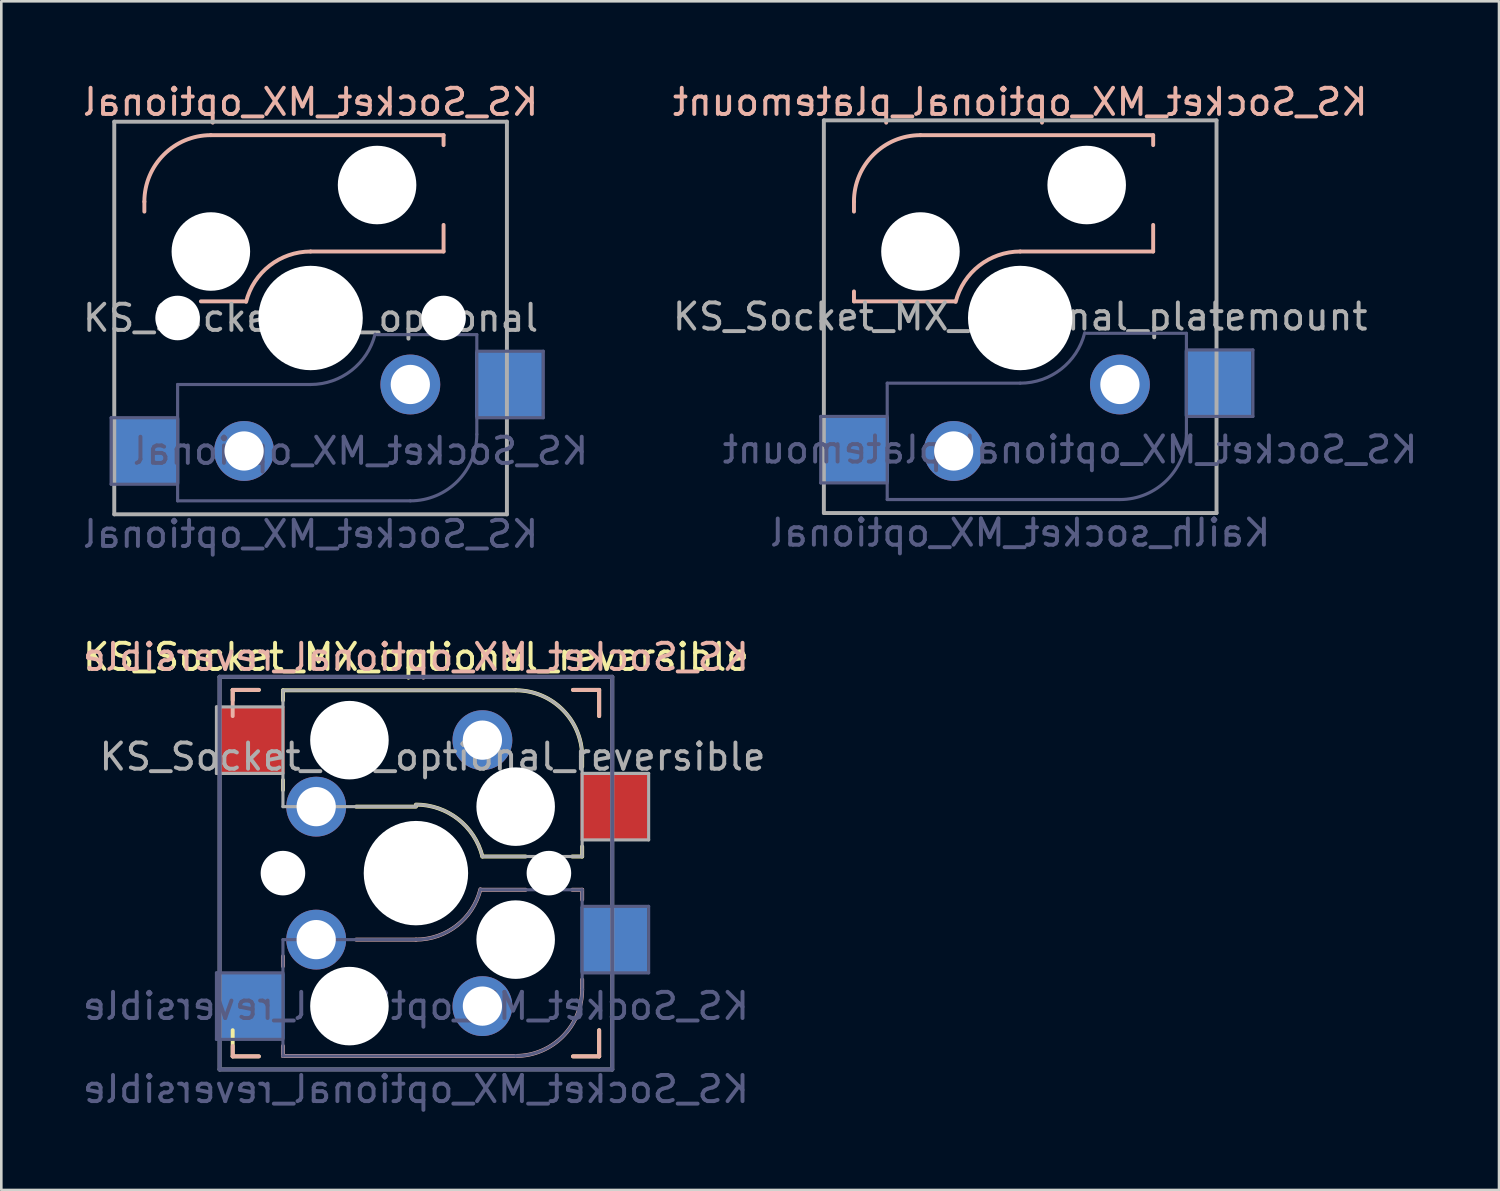
<source format=kicad_pcb>
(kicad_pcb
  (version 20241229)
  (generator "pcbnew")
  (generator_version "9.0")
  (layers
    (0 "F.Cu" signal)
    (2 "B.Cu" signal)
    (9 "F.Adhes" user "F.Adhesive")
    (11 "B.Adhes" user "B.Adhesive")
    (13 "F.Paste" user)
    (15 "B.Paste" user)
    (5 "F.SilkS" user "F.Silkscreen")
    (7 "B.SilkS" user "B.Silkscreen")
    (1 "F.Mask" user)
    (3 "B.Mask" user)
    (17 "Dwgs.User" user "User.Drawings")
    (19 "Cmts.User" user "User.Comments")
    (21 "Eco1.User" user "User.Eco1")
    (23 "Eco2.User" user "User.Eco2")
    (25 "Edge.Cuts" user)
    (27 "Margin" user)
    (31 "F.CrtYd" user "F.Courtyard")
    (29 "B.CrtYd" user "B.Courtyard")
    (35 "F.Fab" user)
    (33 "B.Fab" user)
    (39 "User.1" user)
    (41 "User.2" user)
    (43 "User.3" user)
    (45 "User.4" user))
  (footprint "KS_Socket_MX_optional_reversible"
    (layer "F.Cu")
    (at 12.839 30.305)
    (property "Reference" "KS_Socket_MX_optional_reversible" (at 0 -8.255 0) (layer "F.SilkS") (effects (font (size 1 1) (thickness 0.15))))
    (property "Value" "KS_Socket_MX_optional_reversible" (at 0 8.255 0) (layer "F.Fab") (hide yes) (effects (font (size 1 1) (thickness 0.15))))
    (attr smd)
    (fp_line (start -7 -7) (end -6 -7) (stroke (width 0.15) (type solid)) (layer "F.SilkS"))
    (fp_line (start -7 -6.604) (end -7 -7) (stroke (width 0.15) (type solid)) (layer "F.SilkS"))
    (fp_line (start -7 7) (end -7 6) (stroke (width 0.15) (type solid)) (layer "F.SilkS"))
    (fp_line (start -6 7) (end -7 7) (stroke (width 0.15) (type solid)) (layer "F.SilkS"))
    (fp_line (start -5.08 -6.985) (end -5.08 -6.604) (stroke (width 0.15) (type solid)) (layer "F.SilkS"))
    (fp_line (start -5.08 -3.556) (end -5.08 -3.175) (stroke (width 0.15) (type solid)) (layer "F.SilkS"))
    (fp_line (start -2.286 -2.54) (end 0 -2.54) (stroke (width 0.15) (type solid)) (layer "F.SilkS"))
    (fp_line (start 2.54 -0.635) (end 4.191 -0.635) (stroke (width 0.15) (type solid)) (layer "F.SilkS"))
    (fp_line (start 3.81 -6.985) (end -5.08 -6.985) (stroke (width 0.15) (type solid)) (layer "F.SilkS"))
    (fp_line (start 5.969 -0.635) (end 6.35 -0.635) (stroke (width 0.15) (type solid)) (layer "F.SilkS"))
    (fp_line (start 6 -7) (end 7 -7) (stroke (width 0.15) (type solid)) (layer "F.SilkS"))
    (fp_line (start 6.35 -4.445) (end 6.35 -4.064) (stroke (width 0.15) (type solid)) (layer "F.SilkS"))
    (fp_line (start 6.35 -0.635) (end 6.35 -1.016) (stroke (width 0.15) (type solid)) (layer "F.SilkS"))
    (fp_line (start 7 -7) (end 7 -6) (stroke (width 0.15) (type solid)) (layer "F.SilkS"))
    (fp_line (start 7 6) (end 7 7) (stroke (width 0.15) (type solid)) (layer "F.SilkS"))
    (fp_line (start 7 7) (end 6 7) (stroke (width 0.15) (type solid)) (layer "F.SilkS"))
    (fp_arc (start 0.000001 -2.618171) (mid 1.611255 -2.063656) (end 2.539999 -0.634999) (stroke (width 0.15) (type solid)) (layer "F.SilkS"))
    (fp_arc (start 3.81 -6.985) (mid 5.606051 -6.241051) (end 6.35 -4.445) (stroke (width 0.15) (type solid)) (layer "F.SilkS"))
    (fp_line (start -7 -7) (end -6 -7) (stroke (width 0.15) (type solid)) (layer "B.SilkS"))
    (fp_line (start -7 -6) (end -7 -7) (stroke (width 0.15) (type solid)) (layer "B.SilkS"))
    (fp_line (start -7 7) (end -7 6.604) (stroke (width 0.15) (type solid)) (layer "B.SilkS"))
    (fp_line (start -6 7) (end -7 7) (stroke (width 0.15) (type solid)) (layer "B.SilkS"))
    (fp_line (start -5.08 3.175) (end -5.08 3.556) (stroke (width 0.15) (type solid)) (layer "B.SilkS"))
    (fp_line (start -5.08 6.604) (end -5.08 6.985) (stroke (width 0.15) (type solid)) (layer "B.SilkS"))
    (fp_line (start -5.08 6.985) (end 3.81 6.985) (stroke (width 0.15) (type solid)) (layer "B.SilkS"))
    (fp_line (start 0 2.54) (end -2.286 2.54) (stroke (width 0.15) (type solid)) (layer "B.SilkS"))
    (fp_line (start 4.191 0.635) (end 2.54 0.635) (stroke (width 0.15) (type solid)) (layer "B.SilkS"))
    (fp_line (start 6 -7) (end 7 -7) (stroke (width 0.15) (type solid)) (layer "B.SilkS"))
    (fp_line (start 6.35 0.635) (end 5.969 0.635) (stroke (width 0.15) (type solid)) (layer "B.SilkS"))
    (fp_line (start 6.35 1.016) (end 6.35 0.635) (stroke (width 0.15) (type solid)) (layer "B.SilkS"))
    (fp_line (start 6.35 4.445) (end 6.35 4.064) (stroke (width 0.15) (type solid)) (layer "B.SilkS"))
    (fp_line (start 7 -7) (end 7 -6) (stroke (width 0.15) (type solid)) (layer "B.SilkS"))
    (fp_line (start 7 6) (end 7 7) (stroke (width 0.15) (type solid)) (layer "B.SilkS"))
    (fp_line (start 7 7) (end 6 7) (stroke (width 0.15) (type solid)) (layer "B.SilkS"))
    (fp_arc (start 2.464162 0.61604) (mid 1.563147 2.002042) (end 0 2.54) (stroke (width 0.15) (type solid)) (layer "B.SilkS"))
    (fp_arc (start 6.35 4.445) (mid 5.606051 6.241051) (end 3.81 6.985) (stroke (width 0.15) (type solid)) (layer "B.SilkS"))
    (fp_line (start -6.9 6.9) (end -6.9 -6.9) (stroke (width 0.15) (type solid)) (layer "Eco2.User"))
    (fp_line (start -6.9 6.9) (end 6.9 6.9) (stroke (width 0.15) (type solid)) (layer "Eco2.User"))
    (fp_line (start 6.9 -6.9) (end -6.9 -6.9) (stroke (width 0.15) (type solid)) (layer "Eco2.User"))
    (fp_line (start 6.9 -6.9) (end 6.9 6.9) (stroke (width 0.15) (type solid)) (layer "Eco2.User"))
    (fp_line (start -7.62 3.81) (end -7.62 6.35) (stroke (width 0.12) (type solid)) (layer "B.Fab"))
    (fp_line (start -7.62 6.35) (end -5.08 6.35) (stroke (width 0.12) (type solid)) (layer "B.Fab"))
    (fp_line (start -7.5 -7.5) (end 7.5 -7.5) (stroke (width 0.15) (type solid)) (layer "B.Fab"))
    (fp_line (start -7.5 7.5) (end -7.5 -7.5) (stroke (width 0.15) (type solid)) (layer "B.Fab"))
    (fp_line (start -5.08 2.54) (end -5.08 6.985) (stroke (width 0.12) (type solid)) (layer "B.Fab"))
    (fp_line (start -5.08 3.81) (end -7.62 3.81) (stroke (width 0.12) (type solid)) (layer "B.Fab"))
    (fp_line (start -5.08 6.985) (end 3.81 6.985) (stroke (width 0.12) (type solid)) (layer "B.Fab"))
    (fp_line (start 0 2.54) (end -5.08 2.54) (stroke (width 0.12) (type solid)) (layer "B.Fab"))
    (fp_line (start 6.35 0.635) (end 2.54 0.635) (stroke (width 0.12) (type solid)) (layer "B.Fab"))
    (fp_line (start 6.35 3.81) (end 8.89 3.81) (stroke (width 0.12) (type solid)) (layer "B.Fab"))
    (fp_line (start 6.35 4.445) (end 6.35 0.635) (stroke (width 0.12) (type solid)) (layer "B.Fab"))
    (fp_line (start 7.5 -7.5) (end 7.5 7.5) (stroke (width 0.15) (type solid)) (layer "B.Fab"))
    (fp_line (start 7.5 7.5) (end -7.5 7.5) (stroke (width 0.15) (type solid)) (layer "B.Fab"))
    (fp_line (start 8.89 1.27) (end 6.35 1.27) (stroke (width 0.12) (type solid)) (layer "B.Fab"))
    (fp_line (start 8.89 3.81) (end 8.89 1.27) (stroke (width 0.12) (type solid)) (layer "B.Fab"))
    (fp_arc (start 2.464162 0.61604) (mid 1.563147 2.002042) (end 0 2.54) (stroke (width 0.12) (type solid)) (layer "B.Fab"))
    (fp_arc (start 6.35 4.445) (mid 5.606051 6.241051) (end 3.81 6.985) (stroke (width 0.12) (type solid)) (layer "B.Fab"))
    (fp_line (start -7.62 -6.35) (end -7.62 -3.81) (stroke (width 0.12) (type solid)) (layer "F.Fab"))
    (fp_line (start -7.62 -3.81) (end -5.08 -3.81) (stroke (width 0.12) (type solid)) (layer "F.Fab"))
    (fp_line (start -7.5 -7.5) (end 7.5 -7.5) (stroke (width 0.15) (type solid)) (layer "F.Fab"))
    (fp_line (start -7.5 7.5) (end -7.5 -7.5) (stroke (width 0.15) (type solid)) (layer "F.Fab"))
    (fp_line (start -5.08 -6.985) (end -5.08 -2.54) (stroke (width 0.12) (type solid)) (layer "F.Fab"))
    (fp_line (start -5.08 -6.35) (end -7.62 -6.35) (stroke (width 0.12) (type solid)) (layer "F.Fab"))
    (fp_line (start -5.08 -2.54) (end 0 -2.54) (stroke (width 0.12) (type solid)) (layer "F.Fab"))
    (fp_line (start 2.54 -0.635) (end 6.35 -0.635) (stroke (width 0.12) (type solid)) (layer "F.Fab"))
    (fp_line (start 3.81 -6.985) (end -5.08 -6.985) (stroke (width 0.12) (type solid)) (layer "F.Fab"))
    (fp_line (start 6.35 -1.27) (end 8.89 -1.27) (stroke (width 0.12) (type solid)) (layer "F.Fab"))
    (fp_line (start 6.35 -0.635) (end 6.35 -4.445) (stroke (width 0.12) (type solid)) (layer "F.Fab"))
    (fp_line (start 7.5 -7.5) (end 7.5 7.5) (stroke (width 0.15) (type solid)) (layer "F.Fab"))
    (fp_line (start 7.5 7.5) (end -7.5 7.5) (stroke (width 0.15) (type solid)) (layer "F.Fab"))
    (fp_line (start 8.89 -3.81) (end 6.35 -3.81) (stroke (width 0.12) (type solid)) (layer "F.Fab"))
    (fp_line (start 8.89 -1.27) (end 8.89 -3.81) (stroke (width 0.12) (type solid)) (layer "F.Fab"))
    (fp_arc (start 0.000001 -2.618171) (mid 1.611255 -2.063656) (end 2.539999 -0.634999) (stroke (width 0.12) (type solid)) (layer "F.Fab"))
    (fp_arc (start 3.81 -6.985) (mid 5.606051 -6.241051) (end 6.35 -4.445) (stroke (width 0.12) (type solid)) (layer "F.Fab"))
    (fp_text user "${REFERENCE}" (at 0 -8.255 0) (layer "B.SilkS") (effects (font (size 1 1) (thickness 0.15)) (justify mirror)))
    (fp_text user "${REFERENCE}" (at 0 5.08 0) (layer "B.Fab") (effects (font (size 1 1) (thickness 0.15)) (justify mirror)))
    (fp_text user "${VALUE}" (at 0 8.255 0) (layer "B.Fab") (effects (font (size 1 1) (thickness 0.15)) (justify mirror)))
    (fp_text user "${REFERENCE}" (at 0.635 -4.445 0) (layer "F.Fab") (effects (font (size 1 1) (thickness 0.15))))
    (pad "" np_thru_hole circle (at -5.08 0) (size 1.702 1.702) (drill 1.702) (layers "*.Cu" "*.Mask"))
    (pad "" np_thru_hole circle (at -2.54 -5.08) (size 3 3) (drill 3) (layers "*.Cu" "*.Mask"))
    (pad "" np_thru_hole circle (at -2.54 5.08) (size 3 3) (drill 3) (layers "*.Cu" "*.Mask"))
    (pad "" np_thru_hole circle (at 0 0) (size 3.988 3.988) (drill 3.988) (layers "*.Cu" "*.Mask"))
    (pad "" np_thru_hole circle (at 3.81 -2.54) (size 3 3) (drill 3) (layers "*.Cu" "*.Mask"))
    (pad "" np_thru_hole circle (at 3.81 2.54) (size 3 3) (drill 3) (layers "*.Cu" "*.Mask"))
    (pad "" np_thru_hole circle (at 5.08 0) (size 1.702 1.702) (drill 1.702) (layers "*.Cu" "*.Mask"))
    (pad "1" smd rect (at -6.29 -5.08) (size 2.55 2.5) (layers "F.Cu" "F.Mask" "F.Paste"))
    (pad "1" smd rect (at -6.29 5.08) (size 2.55 2.5) (layers "B.Cu" "B.Mask" "B.Paste"))
    (pad "1" thru_hole circle (at -3.81 -2.54) (size 2.286 2.286) (drill 1.499) (layers "*.Cu" "*.Mask"))
    (pad "1" thru_hole circle (at -3.81 2.54) (size 2.286 2.286) (drill 1.499) (layers "*.Cu" "*.Mask"))
    (pad "2" thru_hole circle (at 2.54 -5.08) (size 2.286 2.286) (drill 1.499) (layers "*.Cu" "*.Mask"))
    (pad "2" thru_hole circle (at 2.54 5.08) (size 2.286 2.286) (drill 1.499) (layers "*.Cu" "*.Mask"))
    (pad "2" smd rect (at 7.56 -2.54) (size 2.55 2.5) (layers "F.Cu" "F.Mask" "F.Paste"))
    (pad "2" smd rect (at 7.56 2.54) (size 2.55 2.5) (layers "B.Cu" "B.Mask" "B.Paste")))
  (footprint "KS_Socket_MX_optional"
    (layer "F.Cu")
    (at 8.815 9.098)
    (property "Reference" "KS_Socket_MX_optional" (at 0 -8.25 0) (layer "B.SilkS") (effects (font (size 1 1) (thickness 0.15)) (justify mirror)))
    (property "Value" "KS_Socket_MX_optional" (at 0 8.255 0) (layer "F.Fab") (hide yes) (effects (font (size 1 1) (thickness 0.15))))
    (attr through_hole)
    (fp_line (start -6.35 -4.445) (end -6.35 -4.064) (stroke (width 0.15) (type solid)) (layer "B.SilkS"))
    (fp_line (start -4.191 -0.635) (end -2.54 -0.635) (stroke (width 0.15) (type solid)) (layer "B.SilkS"))
    (fp_line (start 0 -2.54) (end 5.08 -2.54) (stroke (width 0.15) (type solid)) (layer "B.SilkS"))
    (fp_line (start 5.08 -6.985) (end -3.81 -6.985) (stroke (width 0.15) (type solid)) (layer "B.SilkS"))
    (fp_line (start 5.08 -6.604) (end 5.08 -6.985) (stroke (width 0.15) (type solid)) (layer "B.SilkS"))
    (fp_line (start 5.08 -2.54) (end 5.08 -3.556) (stroke (width 0.15) (type solid)) (layer "B.SilkS"))
    (fp_arc (start -6.35 -4.445) (mid -5.606051 -6.241051) (end -3.81 -6.985) (stroke (width 0.15) (type solid)) (layer "B.SilkS"))
    (fp_arc (start -2.464162 -0.61604) (mid -1.563147 -2.002042) (end 0 -2.54) (stroke (width 0.15) (type solid)) (layer "B.SilkS"))
    (fp_line (start -6.9 6.9) (end -6.9 -6.9) (stroke (width 0.15) (type solid)) (layer "Eco2.User"))
    (fp_line (start -6.9 6.9) (end 6.9 6.9) (stroke (width 0.15) (type solid)) (layer "Eco2.User"))
    (fp_line (start 6.9 -6.9) (end -6.9 -6.9) (stroke (width 0.15) (type solid)) (layer "Eco2.User"))
    (fp_line (start 6.9 -6.9) (end 6.9 6.9) (stroke (width 0.15) (type solid)) (layer "Eco2.User"))
    (fp_line (start -7.62 3.81) (end -7.62 6.35) (stroke (width 0.12) (type solid)) (layer "B.Fab"))
    (fp_line (start -7.62 6.35) (end -5.08 6.35) (stroke (width 0.12) (type solid)) (layer "B.Fab"))
    (fp_line (start -5.08 2.54) (end -5.08 6.985) (stroke (width 0.12) (type solid)) (layer "B.Fab"))
    (fp_line (start -5.08 3.81) (end -7.62 3.81) (stroke (width 0.12) (type solid)) (layer "B.Fab"))
    (fp_line (start -5.08 6.985) (end 3.81 6.985) (stroke (width 0.12) (type solid)) (layer "B.Fab"))
    (fp_line (start 0 2.54) (end -5.08 2.54) (stroke (width 0.12) (type solid)) (layer "B.Fab"))
    (fp_line (start 6.35 0.635) (end 2.54 0.635) (stroke (width 0.12) (type solid)) (layer "B.Fab"))
    (fp_line (start 6.35 3.81) (end 8.89 3.81) (stroke (width 0.12) (type solid)) (layer "B.Fab"))
    (fp_line (start 6.35 4.445) (end 6.35 0.635) (stroke (width 0.12) (type solid)) (layer "B.Fab"))
    (fp_line (start 8.89 1.27) (end 6.35 1.27) (stroke (width 0.12) (type solid)) (layer "B.Fab"))
    (fp_line (start 8.89 3.81) (end 8.89 1.27) (stroke (width 0.12) (type solid)) (layer "B.Fab"))
    (fp_arc (start 2.464162 0.61604) (mid 1.563147 2.002042) (end 0 2.54) (stroke (width 0.12) (type solid)) (layer "B.Fab"))
    (fp_arc (start 6.35 4.445) (mid 5.606051 6.241051) (end 3.81 6.985) (stroke (width 0.12) (type solid)) (layer "B.Fab"))
    (fp_line (start -7.5 -7.5) (end 7.5 -7.5) (stroke (width 0.15) (type solid)) (layer "F.Fab"))
    (fp_line (start -7.5 7.5) (end -7.5 -7.5) (stroke (width 0.15) (type solid)) (layer "F.Fab"))
    (fp_line (start 7.5 -7.5) (end 7.5 7.5) (stroke (width 0.15) (type solid)) (layer "F.Fab"))
    (fp_line (start 7.5 7.5) (end -7.5 7.5) (stroke (width 0.15) (type solid)) (layer "F.Fab"))
    (fp_text user "${VALUE}" (at 0 8.255 0) (layer "B.Fab") (effects (font (size 1 1) (thickness 0.15)) (justify mirror)))
    (fp_text user "${REFERENCE}" (at 1.905 5.08 0) (layer "B.Fab") (effects (font (size 1 1) (thickness 0.15)) (justify mirror)))
    (fp_text user "${REFERENCE}" (at 0 0 0) (layer "F.Fab") (effects (font (size 1 1) (thickness 0.15))))
    (pad "" np_thru_hole circle (at -5.08 0 180) (size 1.702 1.702) (drill 1.702) (layers "*.Cu" "*.Mask"))
    (pad "" np_thru_hole circle (at -3.81 -2.54 180) (size 3 3) (drill 3) (layers "*.Cu" "*.Mask"))
    (pad "" np_thru_hole circle (at 0 0 180) (size 3.988 3.988) (drill 3.988) (layers "*.Cu" "*.Mask"))
    (pad "" np_thru_hole circle (at 2.54 -5.08 180) (size 3 3) (drill 3) (layers "*.Cu" "*.Mask"))
    (pad "" np_thru_hole circle (at 5.08 0 180) (size 1.702 1.702) (drill 1.702) (layers "*.Cu" "*.Mask"))
    (pad "1" smd rect (at -6.29 5.08) (size 2.55 2.5) (layers "B.Cu" "B.Mask" "B.Paste"))
    (pad "1" thru_hole circle (at -2.54 5.08 180) (size 2.286 2.286) (drill 1.499) (layers "*.Cu" "*.Mask"))
    (pad "2" thru_hole circle (at 3.81 2.54 180) (size 2.286 2.286) (drill 1.499) (layers "*.Cu" "*.Mask"))
    (pad "2" smd rect (at 7.56 2.54) (size 2.55 2.5) (layers "B.Cu" "B.Mask" "B.Paste")))
  (footprint "KS_Socket_MX_optional_platemount"
    (layer "F.Cu")
    (at 35.923 9.048)
    (property "Reference" "KS_Socket_MX_optional_platemount" (at -0.000362 -8.2 180) (layer "B.SilkS") (effects (font (size 1 1) (thickness 0.15)) (justify mirror)))
    (property "Value" "Kailh_socket_MX_optional" (at 0 8.255 0) (layer "F.Fab") (hide yes) (effects (font (size 1 1) (thickness 0.15))))
    (attr through_hole)
    (fp_line (start -6.35 -4.395) (end -6.35 -4.014) (stroke (width 0.15) (type solid)) (layer "B.SilkS"))
    (fp_line (start -6.35 -0.966) (end -6.35 -0.585) (stroke (width 0.15) (type solid)) (layer "B.SilkS"))
    (fp_line (start -6.35 -0.585) (end -2.5 -0.585) (stroke (width 0.15) (type solid)) (layer "B.SilkS"))
    (fp_line (start -0.000362 -2.49) (end 5.08 -2.49) (stroke (width 0.15) (type solid)) (layer "B.SilkS"))
    (fp_line (start 5.08 -6.935) (end -3.81 -6.935) (stroke (width 0.15) (type solid)) (layer "B.SilkS"))
    (fp_line (start 5.08 -6.554) (end 5.08 -6.935) (stroke (width 0.15) (type solid)) (layer "B.SilkS"))
    (fp_line (start 5.08 -2.49) (end 5.08 -3.506) (stroke (width 0.15) (type solid)) (layer "B.SilkS"))
    (fp_arc (start -6.350362 -4.394999) (mid -5.606413 -6.19105) (end -3.810362 -6.934999) (stroke (width 0.15) (type solid)) (layer "B.SilkS"))
    (fp_arc (start -2.464162 -0.566039) (mid -1.563147 -1.952041) (end 0 -2.489999) (stroke (width 0.15) (type solid)) (layer "B.SilkS"))
    (fp_line (start -6.9 6.9) (end -6.9 -6.9) (stroke (width 0.15) (type solid)) (layer "Eco2.User"))
    (fp_line (start -6.9 6.9) (end 6.9 6.9) (stroke (width 0.15) (type solid)) (layer "Eco2.User"))
    (fp_line (start 6.9 -6.9) (end -6.9 -6.9) (stroke (width 0.15) (type solid)) (layer "Eco2.User"))
    (fp_line (start 6.9 -6.9) (end 6.9 6.9) (stroke (width 0.15) (type solid)) (layer "Eco2.User"))
    (fp_line (start -7.62 3.81) (end -7.62 6.35) (stroke (width 0.12) (type solid)) (layer "B.Fab"))
    (fp_line (start -7.62 6.35) (end -5.08 6.35) (stroke (width 0.12) (type solid)) (layer "B.Fab"))
    (fp_line (start -5.08 2.54) (end -5.08 6.985) (stroke (width 0.12) (type solid)) (layer "B.Fab"))
    (fp_line (start -5.08 3.81) (end -7.62 3.81) (stroke (width 0.12) (type solid)) (layer "B.Fab"))
    (fp_line (start -5.08 6.985) (end 3.81 6.985) (stroke (width 0.12) (type solid)) (layer "B.Fab"))
    (fp_line (start 0 2.54) (end -5.08 2.54) (stroke (width 0.12) (type solid)) (layer "B.Fab"))
    (fp_line (start 6.35 0.635) (end 2.54 0.635) (stroke (width 0.12) (type solid)) (layer "B.Fab"))
    (fp_line (start 6.35 3.81) (end 8.89 3.81) (stroke (width 0.12) (type solid)) (layer "B.Fab"))
    (fp_line (start 6.35 4.445) (end 6.35 0.635) (stroke (width 0.12) (type solid)) (layer "B.Fab"))
    (fp_line (start 8.89 1.27) (end 6.35 1.27) (stroke (width 0.12) (type solid)) (layer "B.Fab"))
    (fp_line (start 8.89 3.81) (end 8.89 1.27) (stroke (width 0.12) (type solid)) (layer "B.Fab"))
    (fp_arc (start 2.464162 0.61604) (mid 1.563147 2.002042) (end 0 2.54) (stroke (width 0.12) (type solid)) (layer "B.Fab"))
    (fp_arc (start 6.35 4.445) (mid 5.606051 6.241051) (end 3.81 6.985) (stroke (width 0.12) (type solid)) (layer "B.Fab"))
    (fp_line (start -7.5 -7.5) (end 7.5 -7.5) (stroke (width 0.15) (type solid)) (layer "F.Fab"))
    (fp_line (start -7.5 7.5) (end -7.5 -7.5) (stroke (width 0.15) (type solid)) (layer "F.Fab"))
    (fp_line (start 7.5 -7.5) (end 7.5 7.5) (stroke (width 0.15) (type solid)) (layer "F.Fab"))
    (fp_line (start 7.5 7.5) (end -7.5 7.5) (stroke (width 0.15) (type solid)) (layer "F.Fab"))
    (fp_text user "${REFERENCE}" (at 1.905 5.08 0) (layer "B.Fab") (effects (font (size 1 1) (thickness 0.15)) (justify mirror)))
    (fp_text user "${VALUE}" (at 0 8.255 0) (layer "B.Fab") (effects (font (size 1 1) (thickness 0.15)) (justify mirror)))
    (fp_text user "${REFERENCE}" (at 0 0 0) (layer "F.Fab") (effects (font (size 1 1) (thickness 0.15))))
    (pad "" np_thru_hole circle (at -3.81 -2.49 180) (size 3 3) (drill 3) (layers "*.Cu" "*.Mask"))
    (pad "" np_thru_hole circle (at -0.000362 0.05 180) (size 3.988 3.988) (drill 3.988) (layers "*.Cu" "*.Mask"))
    (pad "" np_thru_hole circle (at 2.54 -5.03 180) (size 3 3) (drill 3) (layers "*.Cu" "*.Mask"))
    (pad "1" smd rect (at -6.29 5.08) (size 2.55 2.5) (layers "B.Cu" "B.Mask" "B.Paste"))
    (pad "1" thru_hole circle (at -2.54 5.13 180) (size 2.286 2.286) (drill 1.499) (layers "*.Cu" "*.Mask"))
    (pad "2" thru_hole circle (at 3.81 2.59 180) (size 2.286 2.286) (drill 1.499) (layers "*.Cu" "*.Mask"))
    (pad "2" smd rect (at 7.56 2.54) (size 2.55 2.5) (layers "B.Cu" "B.Mask" "B.Paste")))
  (gr_rect
    (start -3 -3)
    (end 54.215 42.408)
    (stroke (width 0.1) (type default))
    (fill no)
    (layer "Edge.Cuts")))
</source>
